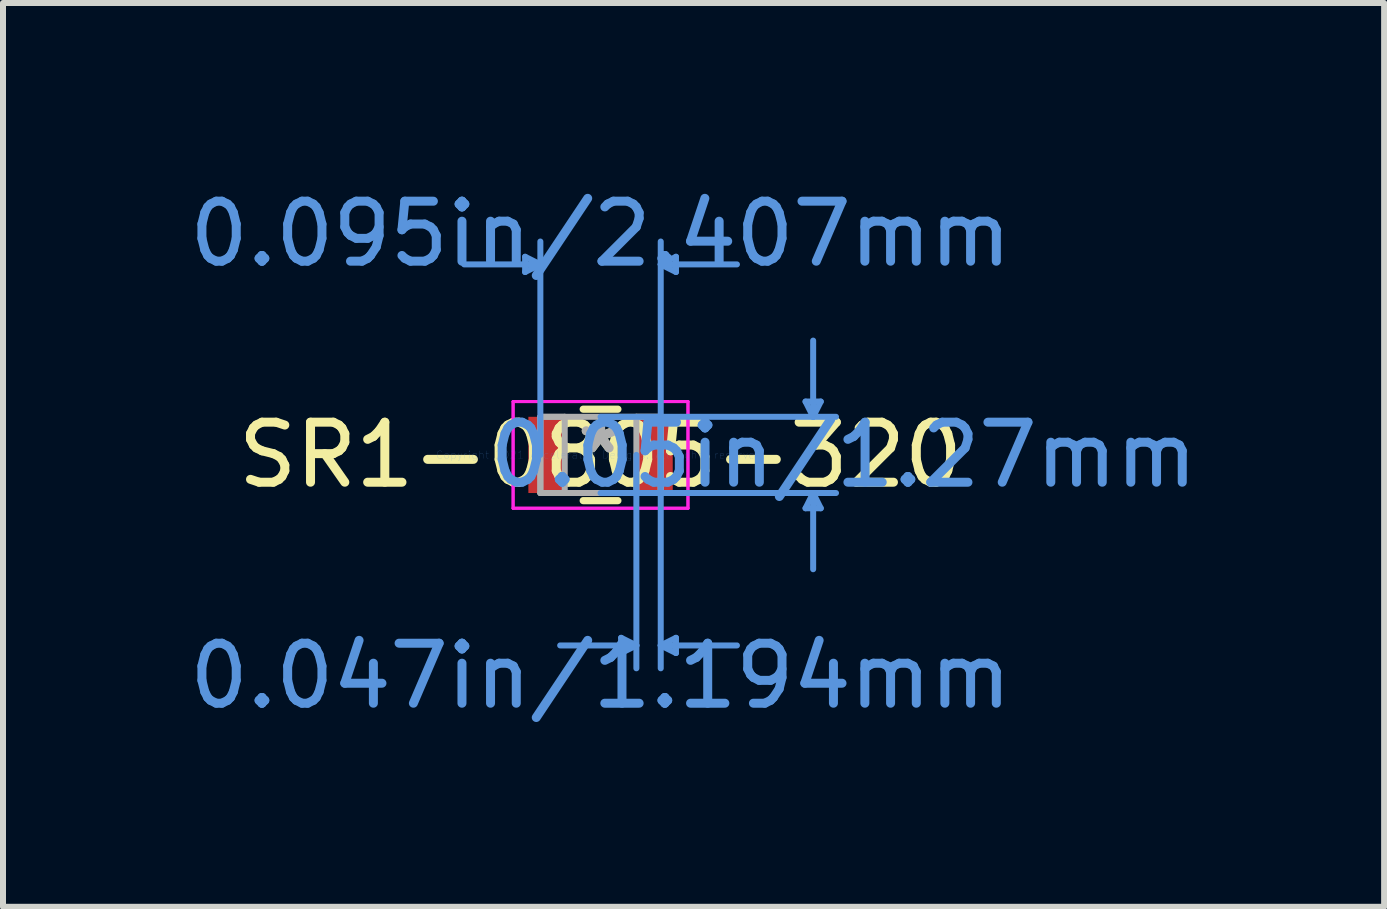
<source format=kicad_pcb>
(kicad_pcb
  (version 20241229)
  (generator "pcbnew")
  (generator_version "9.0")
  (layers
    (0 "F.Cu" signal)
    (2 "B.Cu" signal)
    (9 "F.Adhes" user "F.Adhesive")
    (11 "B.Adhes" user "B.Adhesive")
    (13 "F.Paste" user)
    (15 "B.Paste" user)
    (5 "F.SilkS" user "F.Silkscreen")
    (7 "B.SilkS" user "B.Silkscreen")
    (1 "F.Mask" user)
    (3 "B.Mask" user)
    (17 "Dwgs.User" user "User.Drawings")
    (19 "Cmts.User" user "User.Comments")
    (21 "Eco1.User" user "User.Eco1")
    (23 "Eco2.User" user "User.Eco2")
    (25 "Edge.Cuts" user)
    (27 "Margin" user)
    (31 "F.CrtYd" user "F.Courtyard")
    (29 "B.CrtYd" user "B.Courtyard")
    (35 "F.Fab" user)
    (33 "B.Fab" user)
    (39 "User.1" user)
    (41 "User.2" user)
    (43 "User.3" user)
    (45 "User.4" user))
  (footprint "SR1-0805-320"
    (layer "F.Cu")
    (at 6.958 4.531)
    (property "Reference" "SR1-0805-320" (at 0 0 0) (layer "F.SilkS") (effects (font (size 1 1) (thickness 0.15))))
    (attr through_hole)
    (fp_line (start -0.289 0.762) (end 0.289 0.762) (stroke (width 0.12) (type solid)) (layer "F.SilkS"))
    (fp_line (start 0.289 -0.762) (end -0.289 -0.762) (stroke (width 0.12) (type solid)) (layer "F.SilkS"))
    (fp_line (start -1.257 -3.302) (end -1.257 -3.048) (stroke (width 0.1) (type solid)) (layer "Cmts.User"))
    (fp_line (start -1.003 -3.175) (end -2.273 -3.175) (stroke (width 0.1) (type solid)) (layer "Cmts.User"))
    (fp_line (start -1.003 -3.175) (end -1.257 -3.302) (stroke (width 0.1) (type solid)) (layer "Cmts.User"))
    (fp_line (start -1.003 -3.175) (end -1.257 -3.048) (stroke (width 0.1) (type solid)) (layer "Cmts.User"))
    (fp_line (start -1.003 0) (end -1.003 -3.556) (stroke (width 0.1) (type solid)) (layer "Cmts.User"))
    (fp_line (start 0 -0.635) (end 3.924 -0.635) (stroke (width 0.1) (type solid)) (layer "Cmts.User"))
    (fp_line (start 0 0.635) (end 3.924 0.635) (stroke (width 0.1) (type solid)) (layer "Cmts.User"))
    (fp_line (start 0.343 3.048) (end 0.343 3.302) (stroke (width 0.1) (type solid)) (layer "Cmts.User"))
    (fp_line (start 0.597 0) (end 0.597 3.556) (stroke (width 0.1) (type solid)) (layer "Cmts.User"))
    (fp_line (start 0.597 3.175) (end -0.673 3.175) (stroke (width 0.1) (type solid)) (layer "Cmts.User"))
    (fp_line (start 0.597 3.175) (end 0.343 3.048) (stroke (width 0.1) (type solid)) (layer "Cmts.User"))
    (fp_line (start 0.597 3.175) (end 0.343 3.302) (stroke (width 0.1) (type solid)) (layer "Cmts.User"))
    (fp_line (start 1.003 -3.175) (end 1.257 -3.302) (stroke (width 0.1) (type solid)) (layer "Cmts.User"))
    (fp_line (start 1.003 -3.175) (end 1.257 -3.048) (stroke (width 0.1) (type solid)) (layer "Cmts.User"))
    (fp_line (start 1.003 -3.175) (end 2.273 -3.175) (stroke (width 0.1) (type solid)) (layer "Cmts.User"))
    (fp_line (start 1.003 0) (end 1.003 -3.556) (stroke (width 0.1) (type solid)) (layer "Cmts.User"))
    (fp_line (start 1.003 0) (end 1.003 3.556) (stroke (width 0.1) (type solid)) (layer "Cmts.User"))
    (fp_line (start 1.003 3.175) (end 1.257 3.048) (stroke (width 0.1) (type solid)) (layer "Cmts.User"))
    (fp_line (start 1.003 3.175) (end 1.257 3.302) (stroke (width 0.1) (type solid)) (layer "Cmts.User"))
    (fp_line (start 1.003 3.175) (end 2.273 3.175) (stroke (width 0.1) (type solid)) (layer "Cmts.User"))
    (fp_line (start 1.257 -3.302) (end 1.257 -3.048) (stroke (width 0.1) (type solid)) (layer "Cmts.User"))
    (fp_line (start 1.257 3.048) (end 1.257 3.302) (stroke (width 0.1) (type solid)) (layer "Cmts.User"))
    (fp_line (start 3.416 -0.889) (end 3.67 -0.889) (stroke (width 0.1) (type solid)) (layer "Cmts.User"))
    (fp_line (start 3.416 0.889) (end 3.67 0.889) (stroke (width 0.1) (type solid)) (layer "Cmts.User"))
    (fp_line (start 3.543 -0.635) (end 3.416 -0.889) (stroke (width 0.1) (type solid)) (layer "Cmts.User"))
    (fp_line (start 3.543 -0.635) (end 3.543 -1.905) (stroke (width 0.1) (type solid)) (layer "Cmts.User"))
    (fp_line (start 3.543 -0.635) (end 3.67 -0.889) (stroke (width 0.1) (type solid)) (layer "Cmts.User"))
    (fp_line (start 3.543 0.635) (end 3.416 0.889) (stroke (width 0.1) (type solid)) (layer "Cmts.User"))
    (fp_line (start 3.543 0.635) (end 3.543 1.905) (stroke (width 0.1) (type solid)) (layer "Cmts.User"))
    (fp_line (start 3.543 0.635) (end 3.67 0.889) (stroke (width 0.1) (type solid)) (layer "Cmts.User"))
    (fp_line (start -1.457 -0.889) (end 1.457 -0.889) (stroke (width 0.05) (type solid)) (layer "F.CrtYd"))
    (fp_line (start -1.457 -0.889) (end 1.457 -0.889) (stroke (width 0.05) (type solid)) (layer "F.CrtYd"))
    (fp_line (start -1.457 0.889) (end -1.457 -0.889) (stroke (width 0.05) (type solid)) (layer "F.CrtYd"))
    (fp_line (start -1.457 0.889) (end -1.457 -0.889) (stroke (width 0.05) (type solid)) (layer "F.CrtYd"))
    (fp_line (start 1.457 -0.889) (end 1.457 0.889) (stroke (width 0.05) (type solid)) (layer "F.CrtYd"))
    (fp_line (start 1.457 -0.889) (end 1.457 0.889) (stroke (width 0.05) (type solid)) (layer "F.CrtYd"))
    (fp_line (start 1.457 0.889) (end -1.457 0.889) (stroke (width 0.05) (type solid)) (layer "F.CrtYd"))
    (fp_line (start 1.457 0.889) (end -1.457 0.889) (stroke (width 0.05) (type solid)) (layer "F.CrtYd"))
    (fp_line (start -1.003 -0.635) (end -1.003 0.635) (stroke (width 0.1) (type solid)) (layer "F.Fab"))
    (fp_line (start -1.003 -0.635) (end -1.003 0.635) (stroke (width 0.1) (type solid)) (layer "F.Fab"))
    (fp_line (start -1.003 0.635) (end -0.597 0.635) (stroke (width 0.1) (type solid)) (layer "F.Fab"))
    (fp_line (start -1.003 0.635) (end 1.003 0.635) (stroke (width 0.1) (type solid)) (layer "F.Fab"))
    (fp_line (start -0.597 -0.635) (end -1.003 -0.635) (stroke (width 0.1) (type solid)) (layer "F.Fab"))
    (fp_line (start -0.597 0.635) (end -0.597 -0.635) (stroke (width 0.1) (type solid)) (layer "F.Fab"))
    (fp_line (start 0.597 -0.635) (end 0.597 0.635) (stroke (width 0.1) (type solid)) (layer "F.Fab"))
    (fp_line (start 0.597 0.635) (end 1.003 0.635) (stroke (width 0.1) (type solid)) (layer "F.Fab"))
    (fp_line (start 1.003 -0.635) (end -1.003 -0.635) (stroke (width 0.1) (type solid)) (layer "F.Fab"))
    (fp_line (start 1.003 -0.635) (end 0.597 -0.635) (stroke (width 0.1) (type solid)) (layer "F.Fab"))
    (fp_line (start 1.003 0.635) (end 1.003 -0.635) (stroke (width 0.1) (type solid)) (layer "F.Fab"))
    (fp_line (start 1.003 0.635) (end 1.003 -0.635) (stroke (width 0.1) (type solid)) (layer "F.Fab"))
    (fp_text user "*" (at 0 0 0) (layer "F.SilkS") (effects (font (size 1 1) (thickness 0.15))))
    (fp_text user "0.095in/2.407mm" (at 0 -3.683 0) (layer "Cmts.User") (effects (font (size 1 1) (thickness 0.15))))
    (fp_text user "0.05in/1.27mm" (at 4.051 0 0) (layer "Cmts.User") (effects (font (size 1 1) (thickness 0.15))))
    (fp_text user "Copyright 2021 Accelerated Designs. All rights reserved." (at 0 0 0) (layer "Cmts.User") (effects (font (size 0.127 0.127) (thickness 0.002))))
    (fp_text user "0.047in/1.194mm" (at 0 3.683 0) (layer "Cmts.User") (effects (font (size 1 1) (thickness 0.15))))
    (fp_text user "*" (at 0 0 0) (layer "F.Fab") (effects (font (size 1 1) (thickness 0.15))))
    (pad "1" smd rect (at -0.9 0) (size 0.606 1.27) (layers "F.Cu" "F.Mask" "F.Paste"))
    (pad "2" smd rect (at 0.9 0) (size 0.606 1.27) (layers "F.Cu" "F.Mask" "F.Paste")))
  (gr_rect
    (start -3 -3)
    (end 20.016 12.062)
    (stroke (width 0.1) (type default))
    (fill no)
    (layer "Edge.Cuts")))
</source>
